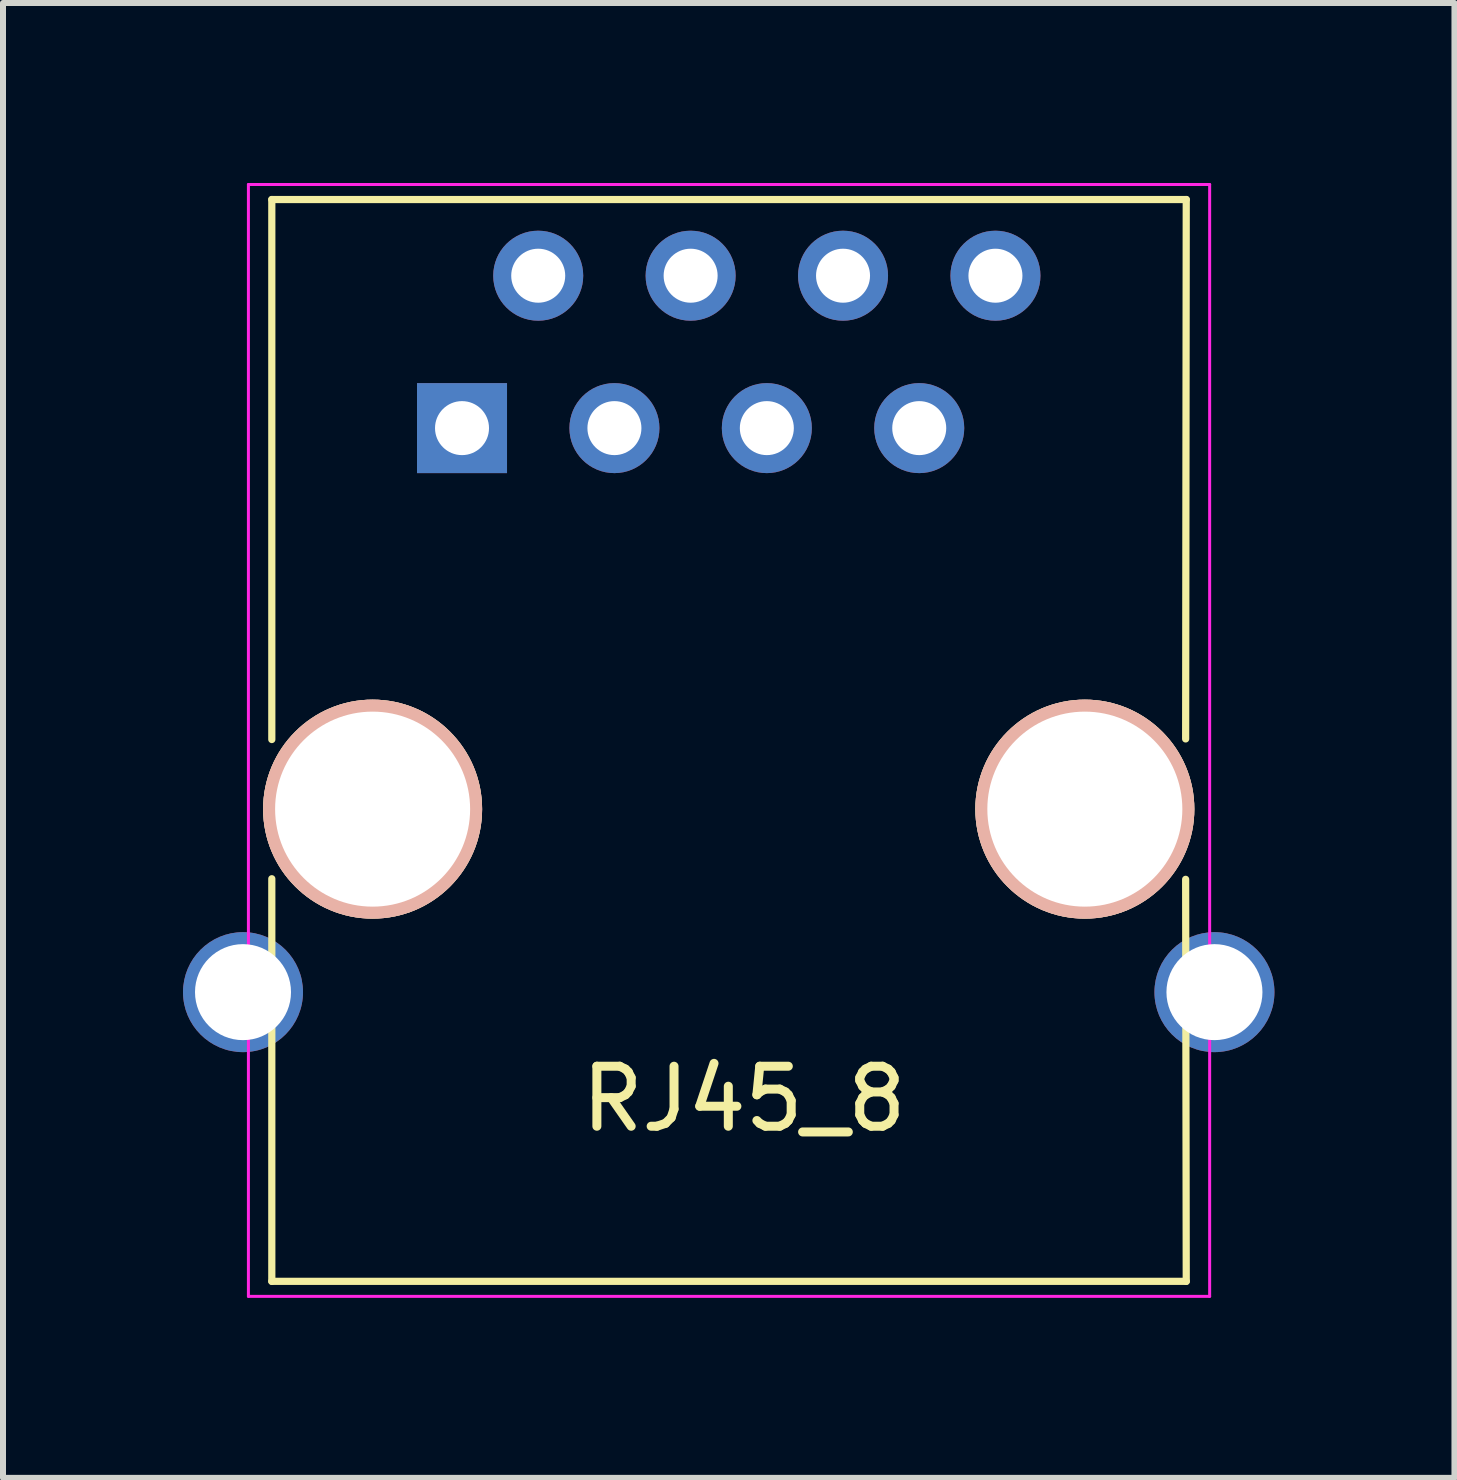
<source format=kicad_pcb>
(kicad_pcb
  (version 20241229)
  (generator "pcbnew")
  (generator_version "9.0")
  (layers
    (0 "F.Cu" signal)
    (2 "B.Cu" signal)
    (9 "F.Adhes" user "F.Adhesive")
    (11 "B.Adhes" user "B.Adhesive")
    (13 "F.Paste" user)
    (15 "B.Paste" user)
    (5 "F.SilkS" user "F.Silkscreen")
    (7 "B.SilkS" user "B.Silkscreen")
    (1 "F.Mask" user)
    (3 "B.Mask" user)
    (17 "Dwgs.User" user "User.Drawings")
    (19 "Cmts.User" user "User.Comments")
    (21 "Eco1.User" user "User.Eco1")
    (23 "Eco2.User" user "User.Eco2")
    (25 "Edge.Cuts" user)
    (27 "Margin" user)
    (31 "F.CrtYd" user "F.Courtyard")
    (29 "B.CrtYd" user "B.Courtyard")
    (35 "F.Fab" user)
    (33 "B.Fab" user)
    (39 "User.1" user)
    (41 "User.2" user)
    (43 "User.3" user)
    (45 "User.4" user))
  (footprint "RJ45_8"
    (layer "F.Cu")
    (at 4.65 4.085)
    (property "Reference" "RJ45_8" (at 4.7 11.18 0) (layer "F.SilkS") (effects (font (size 1 1) (thickness 0.15))))
    (attr through_hole)
    (fp_line (start -3.17 -3.81) (end -3.17 5.19) (stroke (width 0.12) (type solid)) (layer "F.SilkS"))
    (fp_line (start -3.17 7.51) (end -3.17 14.22) (stroke (width 0.12) (type solid)) (layer "F.SilkS"))
    (fp_line (start -3.17 14.22) (end 12.07 14.22) (stroke (width 0.12) (type solid)) (layer "F.SilkS"))
    (fp_line (start 12.06 7.52) (end 12.07 14.22) (stroke (width 0.12) (type solid)) (layer "F.SilkS"))
    (fp_line (start 12.07 -3.81) (end -3.17 -3.81) (stroke (width 0.12) (type solid)) (layer "F.SilkS"))
    (fp_line (start 12.07 -3.81) (end 12.06 5.18) (stroke (width 0.12) (type solid)) (layer "F.SilkS"))
    (fp_line (start -3.56 -4.06) (end -3.56 14.47) (stroke (width 0.05) (type solid)) (layer "F.CrtYd"))
    (fp_line (start -3.56 -4.06) (end 12.46 -4.06) (stroke (width 0.05) (type solid)) (layer "F.CrtYd"))
    (fp_line (start 12.46 14.47) (end -3.56 14.47) (stroke (width 0.05) (type solid)) (layer "F.CrtYd"))
    (fp_line (start 12.46 14.47) (end 12.46 -4.06) (stroke (width 0.05) (type solid)) (layer "F.CrtYd"))
    (pad "" np_thru_hole circle (at -1.49 6.35) (size 3.65 3.65) (drill 3.25) (layers "*.Cu" "*.SilkS" "*.Mask"))
    (pad "" np_thru_hole circle (at 10.38 6.35) (size 3.65 3.65) (drill 3.25) (layers "*.Cu" "*.SilkS" "*.Mask"))
    (pad "1" thru_hole rect (at 0 0) (size 1.5 1.5) (drill 0.9) (layers "*.Cu" "*.Mask"))
    (pad "2" thru_hole circle (at 1.27 -2.54) (size 1.5 1.5) (drill 0.9) (layers "*.Cu" "*.Mask"))
    (pad "3" thru_hole circle (at 2.54 0) (size 1.5 1.5) (drill 0.9) (layers "*.Cu" "*.Mask"))
    (pad "4" thru_hole circle (at 3.81 -2.54) (size 1.5 1.5) (drill 0.9) (layers "*.Cu" "*.Mask"))
    (pad "5" thru_hole circle (at 5.08 0) (size 1.5 1.5) (drill 0.9) (layers "*.Cu" "*.Mask"))
    (pad "6" thru_hole circle (at 6.35 -2.54) (size 1.5 1.5) (drill 0.9) (layers "*.Cu" "*.Mask"))
    (pad "7" thru_hole circle (at 7.62 0) (size 1.5 1.5) (drill 0.9) (layers "*.Cu" "*.Mask"))
    (pad "8" thru_hole circle (at 8.89 -2.54) (size 1.5 1.5) (drill 0.9) (layers "*.Cu" "*.Mask"))
    (pad "9" thru_hole circle (at -3.65 9.4) (size 2 2) (drill 1.6) (layers "*.Cu" "*.Mask"))
    (pad "9" thru_hole circle (at 12.54 9.4) (size 2 2) (drill 1.6) (layers "*.Cu" "*.Mask")))
  (gr_rect
    (start -3 -3)
    (end 21.19 21.58)
    (stroke (width 0.1) (type default))
    (fill no)
    (layer "Edge.Cuts")))
</source>
